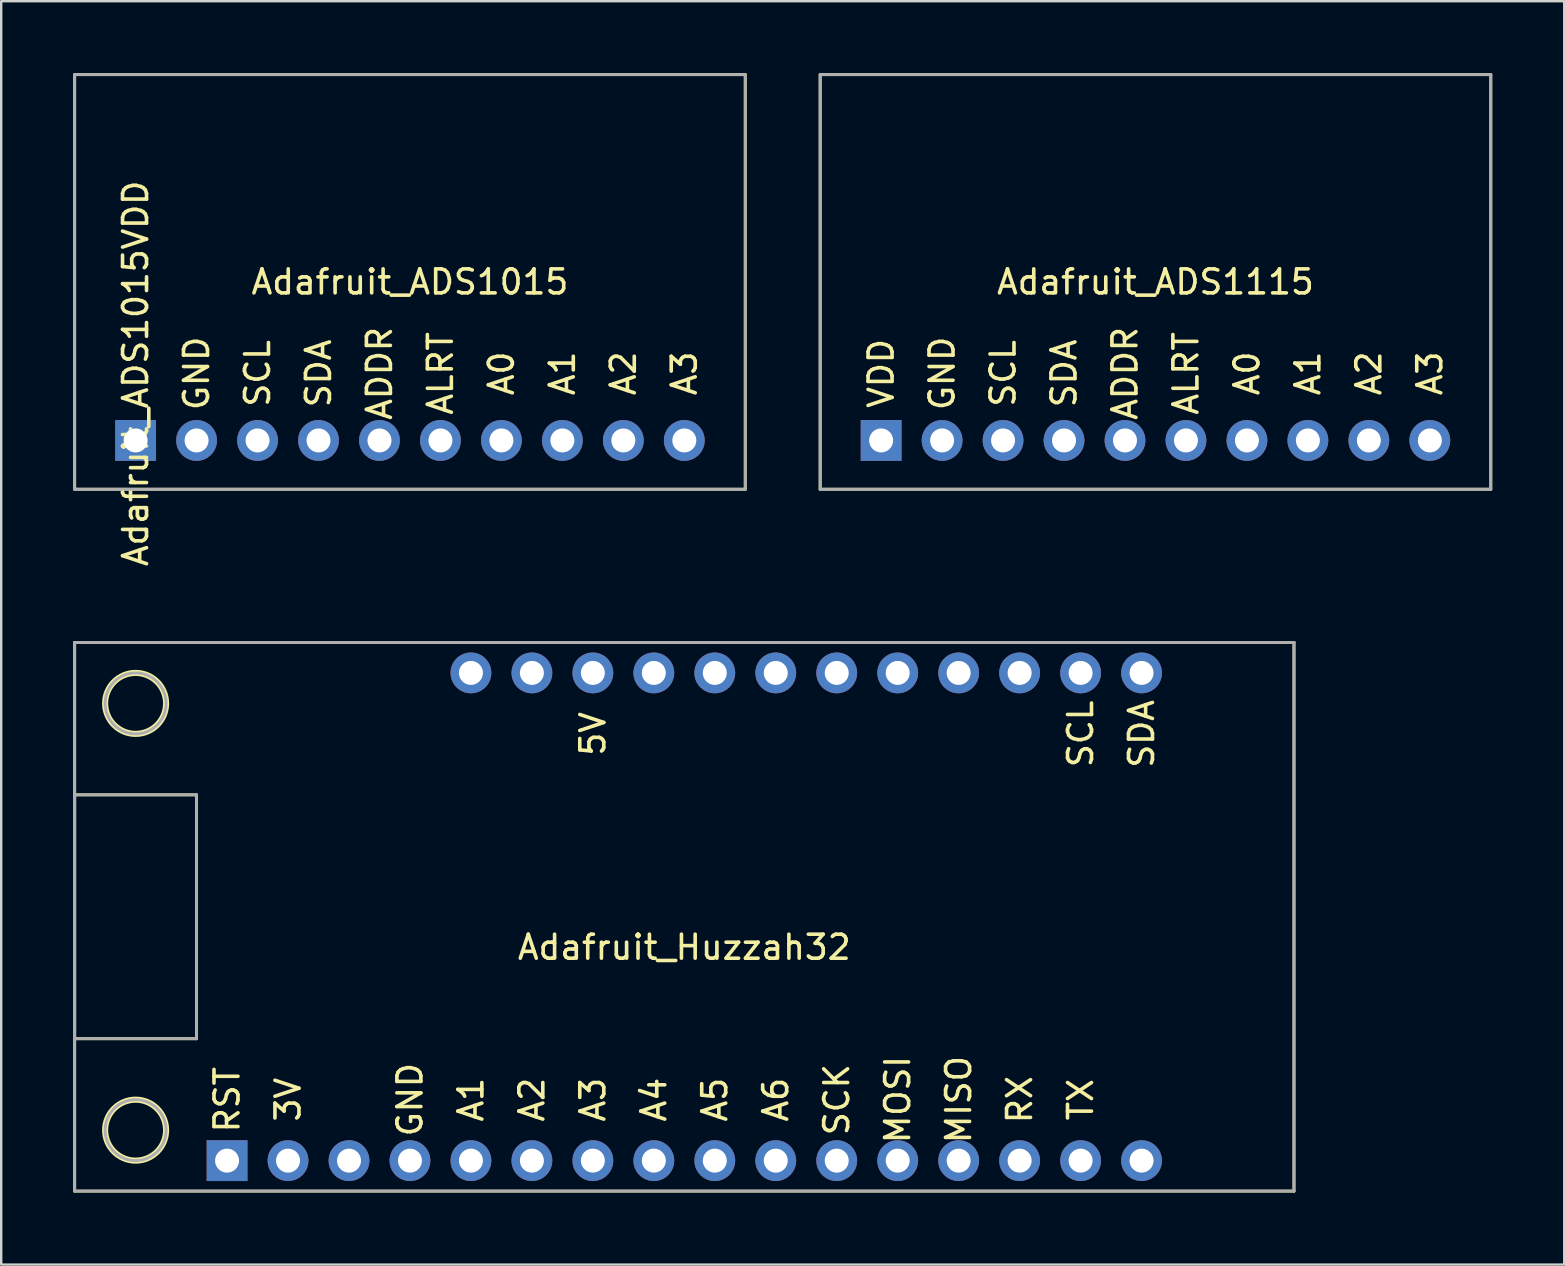
<source format=kicad_pcb>
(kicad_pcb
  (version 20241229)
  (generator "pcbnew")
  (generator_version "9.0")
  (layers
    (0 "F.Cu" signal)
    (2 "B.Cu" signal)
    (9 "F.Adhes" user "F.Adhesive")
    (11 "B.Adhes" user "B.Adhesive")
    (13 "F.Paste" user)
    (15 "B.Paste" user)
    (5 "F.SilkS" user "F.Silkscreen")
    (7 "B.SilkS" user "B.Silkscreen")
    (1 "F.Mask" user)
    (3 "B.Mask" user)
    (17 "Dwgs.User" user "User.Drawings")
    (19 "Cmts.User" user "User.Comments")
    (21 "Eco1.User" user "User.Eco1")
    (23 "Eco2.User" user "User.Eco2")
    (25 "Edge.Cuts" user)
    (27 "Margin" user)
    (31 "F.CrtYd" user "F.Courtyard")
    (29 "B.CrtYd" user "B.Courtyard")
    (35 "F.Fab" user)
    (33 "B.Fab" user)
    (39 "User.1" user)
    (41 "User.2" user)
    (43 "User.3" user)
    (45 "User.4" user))
  (footprint "Adafruit_ADS1015"
    (layer "F.Cu")
    (at 14.03 8.696)
    (property "Reference" "Adafruit_ADS1015" (at 0 0 0) (layer "F.SilkS") (effects (font (size 1 1) (thickness 0.15))))
    (attr through_hole)
    (fp_line (start -13.97 -8.636) (end -13.97 8.636) (stroke (width 0.12) (type solid)) (layer "F.SilkS"))
    (fp_line (start -13.97 -8.636) (end 13.97 -8.636) (stroke (width 0.12) (type solid)) (layer "F.SilkS"))
    (fp_line (start -13.97 8.636) (end 13.97 8.636) (stroke (width 0.12) (type solid)) (layer "F.SilkS"))
    (fp_line (start 13.97 -8.636) (end 13.97 8.636) (stroke (width 0.12) (type solid)) (layer "F.SilkS"))
    (fp_line (start -13.97 -8.636) (end 13.97 -8.636) (stroke (width 0.12) (type solid)) (layer "F.Fab"))
    (fp_line (start -13.97 8.636) (end -13.97 -8.636) (stroke (width 0.12) (type solid)) (layer "F.Fab"))
    (fp_line (start 13.97 -8.636) (end 13.97 8.636) (stroke (width 0.12) (type solid)) (layer "F.Fab"))
    (fp_line (start 13.97 8.636) (end -13.97 8.636) (stroke (width 0.12) (type solid)) (layer "F.Fab"))
    (fp_text user "A3" (at 11.43 3.81 90) (layer "F.SilkS") (effects (font (size 1 1) (thickness 0.15))))
    (fp_text user "GND" (at -8.89 3.81 270) (layer "F.SilkS") (effects (font (size 1 1) (thickness 0.15))))
    (fp_text user "SCL" (at -6.35 3.81 90) (layer "F.SilkS") (effects (font (size 1 1) (thickness 0.15))))
    (fp_text user "A2" (at 8.89 3.81 90) (layer "F.SilkS") (effects (font (size 1 1) (thickness 0.15))))
    (fp_text user "SDA" (at -3.81 3.81 90) (layer "F.SilkS") (effects (font (size 1 1) (thickness 0.15))))
    (fp_text user "A1" (at 6.35 3.81 90) (layer "F.SilkS") (effects (font (size 1 1) (thickness 0.15))))
    (fp_text user "ALRT" (at 1.27 3.81 90) (layer "F.SilkS") (effects (font (size 1 1) (thickness 0.15))))
    (fp_text user "A0" (at 3.81 3.81 90) (layer "F.SilkS") (effects (font (size 1 1) (thickness 0.15))))
    (fp_text user "${REFERENCE}VDD" (at -11.43 3.81 90) (layer "F.SilkS") (effects (font (size 1 1) (thickness 0.15))))
    (fp_text user "ADDR" (at -1.27 3.81 90) (layer "F.SilkS") (effects (font (size 1 1) (thickness 0.15))))
    (pad "1" thru_hole rect (at -11.43 6.604) (size 1.7 1.7) (drill 1) (layers "*.Cu" "*.Mask"))
    (pad "2" thru_hole circle (at -8.89 6.604) (size 1.7 1.7) (drill 1) (layers "*.Cu" "*.Mask"))
    (pad "3" thru_hole circle (at -6.35 6.604) (size 1.7 1.7) (drill 1) (layers "*.Cu" "*.Mask"))
    (pad "4" thru_hole circle (at -3.81 6.604) (size 1.7 1.7) (drill 1) (layers "*.Cu" "*.Mask"))
    (pad "5" thru_hole circle (at -1.27 6.604) (size 1.7 1.7) (drill 1) (layers "*.Cu" "*.Mask"))
    (pad "6" thru_hole circle (at 1.27 6.604) (size 1.7 1.7) (drill 1) (layers "*.Cu" "*.Mask"))
    (pad "7" thru_hole circle (at 3.81 6.604) (size 1.7 1.7) (drill 1) (layers "*.Cu" "*.Mask"))
    (pad "8" thru_hole circle (at 6.35 6.604) (size 1.7 1.7) (drill 1) (layers "*.Cu" "*.Mask"))
    (pad "9" thru_hole circle (at 8.89 6.604) (size 1.7 1.7) (drill 1) (layers "*.Cu" "*.Mask"))
    (pad "10" thru_hole circle (at 11.43 6.604) (size 1.7 1.7) (drill 1) (layers "*.Cu" "*.Mask")))
  (footprint "Adafruit_Huzzah32"
    (layer "F.Cu")
    (at 25.46 35.145)
    (property "Reference" "Adafruit_Huzzah32" (at 0 1.27 0) (layer "F.SilkS") (effects (font (size 1 1) (thickness 0.15))))
    (attr through_hole)
    (fp_line (start -25.4 -11.43) (end -25.4 11.43) (stroke (width 0.12) (type solid)) (layer "F.SilkS"))
    (fp_line (start -25.4 -11.43) (end 25.4 -11.43) (stroke (width 0.12) (type solid)) (layer "F.SilkS"))
    (fp_line (start -25.4 -5.08) (end -20.32 -5.08) (stroke (width 0.12) (type solid)) (layer "F.SilkS"))
    (fp_line (start -25.4 11.43) (end 25.4 11.43) (stroke (width 0.12) (type solid)) (layer "F.SilkS"))
    (fp_line (start -20.32 -5.08) (end -20.32 5.08) (stroke (width 0.12) (type solid)) (layer "F.SilkS"))
    (fp_line (start -20.32 5.08) (end -25.4 5.08) (stroke (width 0.12) (type solid)) (layer "F.SilkS"))
    (fp_line (start 25.4 -11.43) (end 25.4 11.43) (stroke (width 0.12) (type solid)) (layer "F.SilkS"))
    (fp_circle (center -22.86 -8.89) (end -21.59 -8.89) (stroke (width 0.254) (type solid)) (fill no) (layer "F.SilkS"))
    (fp_circle (center -22.86 8.89) (end -21.59 8.89) (stroke (width 0.254) (type solid)) (fill no) (layer "F.SilkS"))
    (fp_line (start -25.4 -11.43) (end 0 -11.43) (stroke (width 0.12) (type solid)) (layer "F.Fab"))
    (fp_line (start -25.4 -5.08) (end -20.32 -5.08) (stroke (width 0.12) (type solid)) (layer "F.Fab"))
    (fp_line (start -25.4 5.08) (end -25.4 -5.08) (stroke (width 0.12) (type solid)) (layer "F.Fab"))
    (fp_line (start -25.4 11.43) (end -25.4 -11.43) (stroke (width 0.12) (type solid)) (layer "F.Fab"))
    (fp_line (start -20.32 -5.08) (end -20.32 5.08) (stroke (width 0.12) (type solid)) (layer "F.Fab"))
    (fp_line (start -20.32 5.08) (end -25.4 5.08) (stroke (width 0.12) (type solid)) (layer "F.Fab"))
    (fp_line (start 0 -11.43) (end 25.4 -11.43) (stroke (width 0.12) (type solid)) (layer "F.Fab"))
    (fp_line (start 25.4 -11.43) (end 25.4 11.43) (stroke (width 0.12) (type solid)) (layer "F.Fab"))
    (fp_line (start 25.4 11.43) (end -25.4 11.43) (stroke (width 0.12) (type solid)) (layer "F.Fab"))
    (fp_circle (center -22.86 -8.89) (end -21.59 -8.89) (stroke (width 0.12) (type solid)) (fill no) (layer "F.Fab"))
    (fp_circle (center -22.86 8.89) (end -21.59 8.89) (stroke (width 0.12) (type solid)) (fill no) (layer "F.Fab"))
    (fp_text user "A3" (at -3.81 7.62 90) (layer "F.SilkS") (effects (font (size 1 1) (thickness 0.15))))
    (fp_text user "SCL" (at 16.51 -7.62 90) (layer "F.SilkS") (effects (font (size 1 1) (thickness 0.15))))
    (fp_text user "3V" (at -16.51 7.62 90) (layer "F.SilkS") (effects (font (size 1 1) (thickness 0.15))))
    (fp_text user "RST" (at -19.05 7.62 90) (layer "F.SilkS") (effects (font (size 1 1) (thickness 0.15))))
    (fp_text user "GND" (at -11.43 7.62 90) (layer "F.SilkS") (effects (font (size 1 1) (thickness 0.15))))
    (fp_text user "TX" (at 16.51 7.62 90) (layer "F.SilkS") (effects (font (size 1 1) (thickness 0.15))))
    (fp_text user "SCK" (at 6.35 7.62 90) (layer "F.SilkS") (effects (font (size 1 1) (thickness 0.15))))
    (fp_text user "A4" (at -1.27 7.62 90) (layer "F.SilkS") (effects (font (size 1 1) (thickness 0.15))))
    (fp_text user "A2" (at -6.35 7.62 90) (layer "F.SilkS") (effects (font (size 1 1) (thickness 0.15))))
    (fp_text user "A1" (at -8.89 7.62 90) (layer "F.SilkS") (effects (font (size 1 1) (thickness 0.15))))
    (fp_text user "MISO" (at 11.43 7.62 90) (layer "F.SilkS") (effects (font (size 1 1) (thickness 0.15))))
    (fp_text user "A5" (at 1.27 7.62 90) (layer "F.SilkS") (effects (font (size 1 1) (thickness 0.15))))
    (fp_text user "A6" (at 3.81 7.62 90) (layer "F.SilkS") (effects (font (size 1 1) (thickness 0.15))))
    (fp_text user "5V" (at -3.81 -7.62 90) (layer "F.SilkS") (effects (font (size 1 1) (thickness 0.15))))
    (fp_text user "RX" (at 13.97 7.62 90) (layer "F.SilkS") (effects (font (size 1 1) (thickness 0.15))))
    (fp_text user "MOSI" (at 8.89 7.62 90) (layer "F.SilkS") (effects (font (size 1 1) (thickness 0.15))))
    (fp_text user "SDA" (at 19.05 -7.62 90) (layer "F.SilkS") (effects (font (size 1 1) (thickness 0.15))))
    (pad "1" thru_hole rect (at -19.05 10.16) (size 1.7 1.7) (drill 1) (layers "*.Cu" "*.Mask"))
    (pad "2" thru_hole circle (at -16.51 10.16) (size 1.7 1.7) (drill 1) (layers "*.Cu" "*.Mask"))
    (pad "3" thru_hole circle (at -13.97 10.16) (size 1.7 1.7) (drill 1) (layers "*.Cu" "*.Mask"))
    (pad "4" thru_hole circle (at -11.43 10.16) (size 1.7 1.7) (drill 1) (layers "*.Cu" "*.Mask"))
    (pad "5" thru_hole circle (at -8.89 10.16) (size 1.7 1.7) (drill 1) (layers "*.Cu" "*.Mask"))
    (pad "6" thru_hole circle (at -6.35 10.16) (size 1.7 1.7) (drill 1) (layers "*.Cu" "*.Mask"))
    (pad "7" thru_hole circle (at -3.81 10.16) (size 1.7 1.7) (drill 1) (layers "*.Cu" "*.Mask"))
    (pad "8" thru_hole circle (at -1.27 10.16) (size 1.7 1.7) (drill 1) (layers "*.Cu" "*.Mask"))
    (pad "9" thru_hole circle (at 1.27 10.16) (size 1.7 1.7) (drill 1) (layers "*.Cu" "*.Mask"))
    (pad "10" thru_hole circle (at 3.81 10.16) (size 1.7 1.7) (drill 1) (layers "*.Cu" "*.Mask"))
    (pad "11" thru_hole circle (at 6.35 10.16) (size 1.7 1.7) (drill 1) (layers "*.Cu" "*.Mask"))
    (pad "12" thru_hole circle (at 8.89 10.16) (size 1.7 1.7) (drill 1) (layers "*.Cu" "*.Mask"))
    (pad "13" thru_hole circle (at 11.43 10.16) (size 1.7 1.7) (drill 1) (layers "*.Cu" "*.Mask"))
    (pad "14" thru_hole circle (at 13.97 10.16) (size 1.7 1.7) (drill 1) (layers "*.Cu" "*.Mask"))
    (pad "15" thru_hole circle (at 16.51 10.16) (size 1.7 1.7) (drill 1) (layers "*.Cu" "*.Mask"))
    (pad "16" thru_hole circle (at 19.05 10.16) (size 1.7 1.7) (drill 1) (layers "*.Cu" "*.Mask"))
    (pad "17" thru_hole circle (at 19.05 -10.16) (size 1.7 1.7) (drill 1) (layers "*.Cu" "*.Mask"))
    (pad "18" thru_hole circle (at 16.51 -10.16) (size 1.7 1.7) (drill 1) (layers "*.Cu" "*.Mask"))
    (pad "19" thru_hole circle (at 13.97 -10.16) (size 1.7 1.7) (drill 1) (layers "*.Cu" "*.Mask"))
    (pad "20" thru_hole circle (at 11.43 -10.16) (size 1.7 1.7) (drill 1) (layers "*.Cu" "*.Mask"))
    (pad "21" thru_hole circle (at 8.89 -10.16) (size 1.7 1.7) (drill 1) (layers "*.Cu" "*.Mask"))
    (pad "22" thru_hole circle (at 6.35 -10.16) (size 1.7 1.7) (drill 1) (layers "*.Cu" "*.Mask"))
    (pad "23" thru_hole circle (at 3.81 -10.16) (size 1.7 1.7) (drill 1) (layers "*.Cu" "*.Mask"))
    (pad "24" thru_hole circle (at 1.27 -10.16) (size 1.7 1.7) (drill 1) (layers "*.Cu" "*.Mask"))
    (pad "25" thru_hole circle (at -1.27 -10.16) (size 1.7 1.7) (drill 1) (layers "*.Cu" "*.Mask"))
    (pad "26" thru_hole circle (at -3.81 -10.16) (size 1.7 1.7) (drill 1) (layers "*.Cu" "*.Mask"))
    (pad "27" thru_hole circle (at -6.35 -10.16) (size 1.7 1.7) (drill 1) (layers "*.Cu" "*.Mask"))
    (pad "28" thru_hole circle (at -8.89 -10.16) (size 1.7 1.7) (drill 1) (layers "*.Cu" "*.Mask")))
  (footprint "Adafruit_ADS1115"
    (layer "F.Cu")
    (at 45.09 8.696)
    (property "Reference" "Adafruit_ADS1115" (at 0 0 0) (layer "F.SilkS") (effects (font (size 1 1) (thickness 0.15))))
    (attr through_hole)
    (fp_line (start -13.97 -8.636) (end -13.97 8.636) (stroke (width 0.12) (type solid)) (layer "F.SilkS"))
    (fp_line (start -13.97 -8.636) (end 13.97 -8.636) (stroke (width 0.12) (type solid)) (layer "F.SilkS"))
    (fp_line (start -13.97 8.636) (end 13.97 8.636) (stroke (width 0.12) (type solid)) (layer "F.SilkS"))
    (fp_line (start 13.97 -8.636) (end 13.97 8.636) (stroke (width 0.12) (type solid)) (layer "F.SilkS"))
    (fp_line (start -13.97 -8.636) (end 13.97 -8.636) (stroke (width 0.12) (type solid)) (layer "F.Fab"))
    (fp_line (start -13.97 8.636) (end -13.97 -8.636) (stroke (width 0.12) (type solid)) (layer "F.Fab"))
    (fp_line (start 13.97 -8.636) (end 13.97 8.636) (stroke (width 0.12) (type solid)) (layer "F.Fab"))
    (fp_line (start 13.97 8.636) (end -13.97 8.636) (stroke (width 0.12) (type solid)) (layer "F.Fab"))
    (fp_text user "A3" (at 11.43 3.81 90) (layer "F.SilkS") (effects (font (size 1 1) (thickness 0.15))))
    (fp_text user "VDD" (at -11.43 3.81 90) (layer "F.SilkS") (effects (font (size 1 1) (thickness 0.15))))
    (fp_text user "A2" (at 8.89 3.81 90) (layer "F.SilkS") (effects (font (size 1 1) (thickness 0.15))))
    (fp_text user "SDA" (at -3.81 3.81 90) (layer "F.SilkS") (effects (font (size 1 1) (thickness 0.15))))
    (fp_text user "A1" (at 6.35 3.81 90) (layer "F.SilkS") (effects (font (size 1 1) (thickness 0.15))))
    (fp_text user "ALRT" (at 1.27 3.81 90) (layer "F.SilkS") (effects (font (size 1 1) (thickness 0.15))))
    (fp_text user "A0" (at 3.81 3.81 90) (layer "F.SilkS") (effects (font (size 1 1) (thickness 0.15))))
    (fp_text user "SCL" (at -6.35 3.81 90) (layer "F.SilkS") (effects (font (size 1 1) (thickness 0.15))))
    (fp_text user "GND" (at -8.89 3.81 90) (layer "F.SilkS") (effects (font (size 1 1) (thickness 0.15))))
    (fp_text user "ADDR" (at -1.27 3.81 90) (layer "F.SilkS") (effects (font (size 1 1) (thickness 0.15))))
    (pad "1" thru_hole rect (at -11.43 6.604) (size 1.7 1.7) (drill 1) (layers "*.Cu" "*.Mask"))
    (pad "2" thru_hole circle (at -8.89 6.604) (size 1.7 1.7) (drill 1) (layers "*.Cu" "*.Mask"))
    (pad "3" thru_hole circle (at -6.35 6.604) (size 1.7 1.7) (drill 1) (layers "*.Cu" "*.Mask"))
    (pad "4" thru_hole circle (at -3.81 6.604) (size 1.7 1.7) (drill 1) (layers "*.Cu" "*.Mask"))
    (pad "5" thru_hole circle (at -1.27 6.604) (size 1.7 1.7) (drill 1) (layers "*.Cu" "*.Mask"))
    (pad "6" thru_hole circle (at 1.27 6.604) (size 1.7 1.7) (drill 1) (layers "*.Cu" "*.Mask"))
    (pad "7" thru_hole circle (at 3.81 6.604) (size 1.7 1.7) (drill 1) (layers "*.Cu" "*.Mask"))
    (pad "8" thru_hole circle (at 6.35 6.604) (size 1.7 1.7) (drill 1) (layers "*.Cu" "*.Mask"))
    (pad "9" thru_hole circle (at 8.89 6.604) (size 1.7 1.7) (drill 1) (layers "*.Cu" "*.Mask"))
    (pad "10" thru_hole circle (at 11.43 6.604) (size 1.7 1.7) (drill 1) (layers "*.Cu" "*.Mask")))
  (gr_rect
    (start -3 -3)
    (end 62.12 49.635)
    (stroke (width 0.1) (type default))
    (fill no)
    (layer "Edge.Cuts")))
</source>
